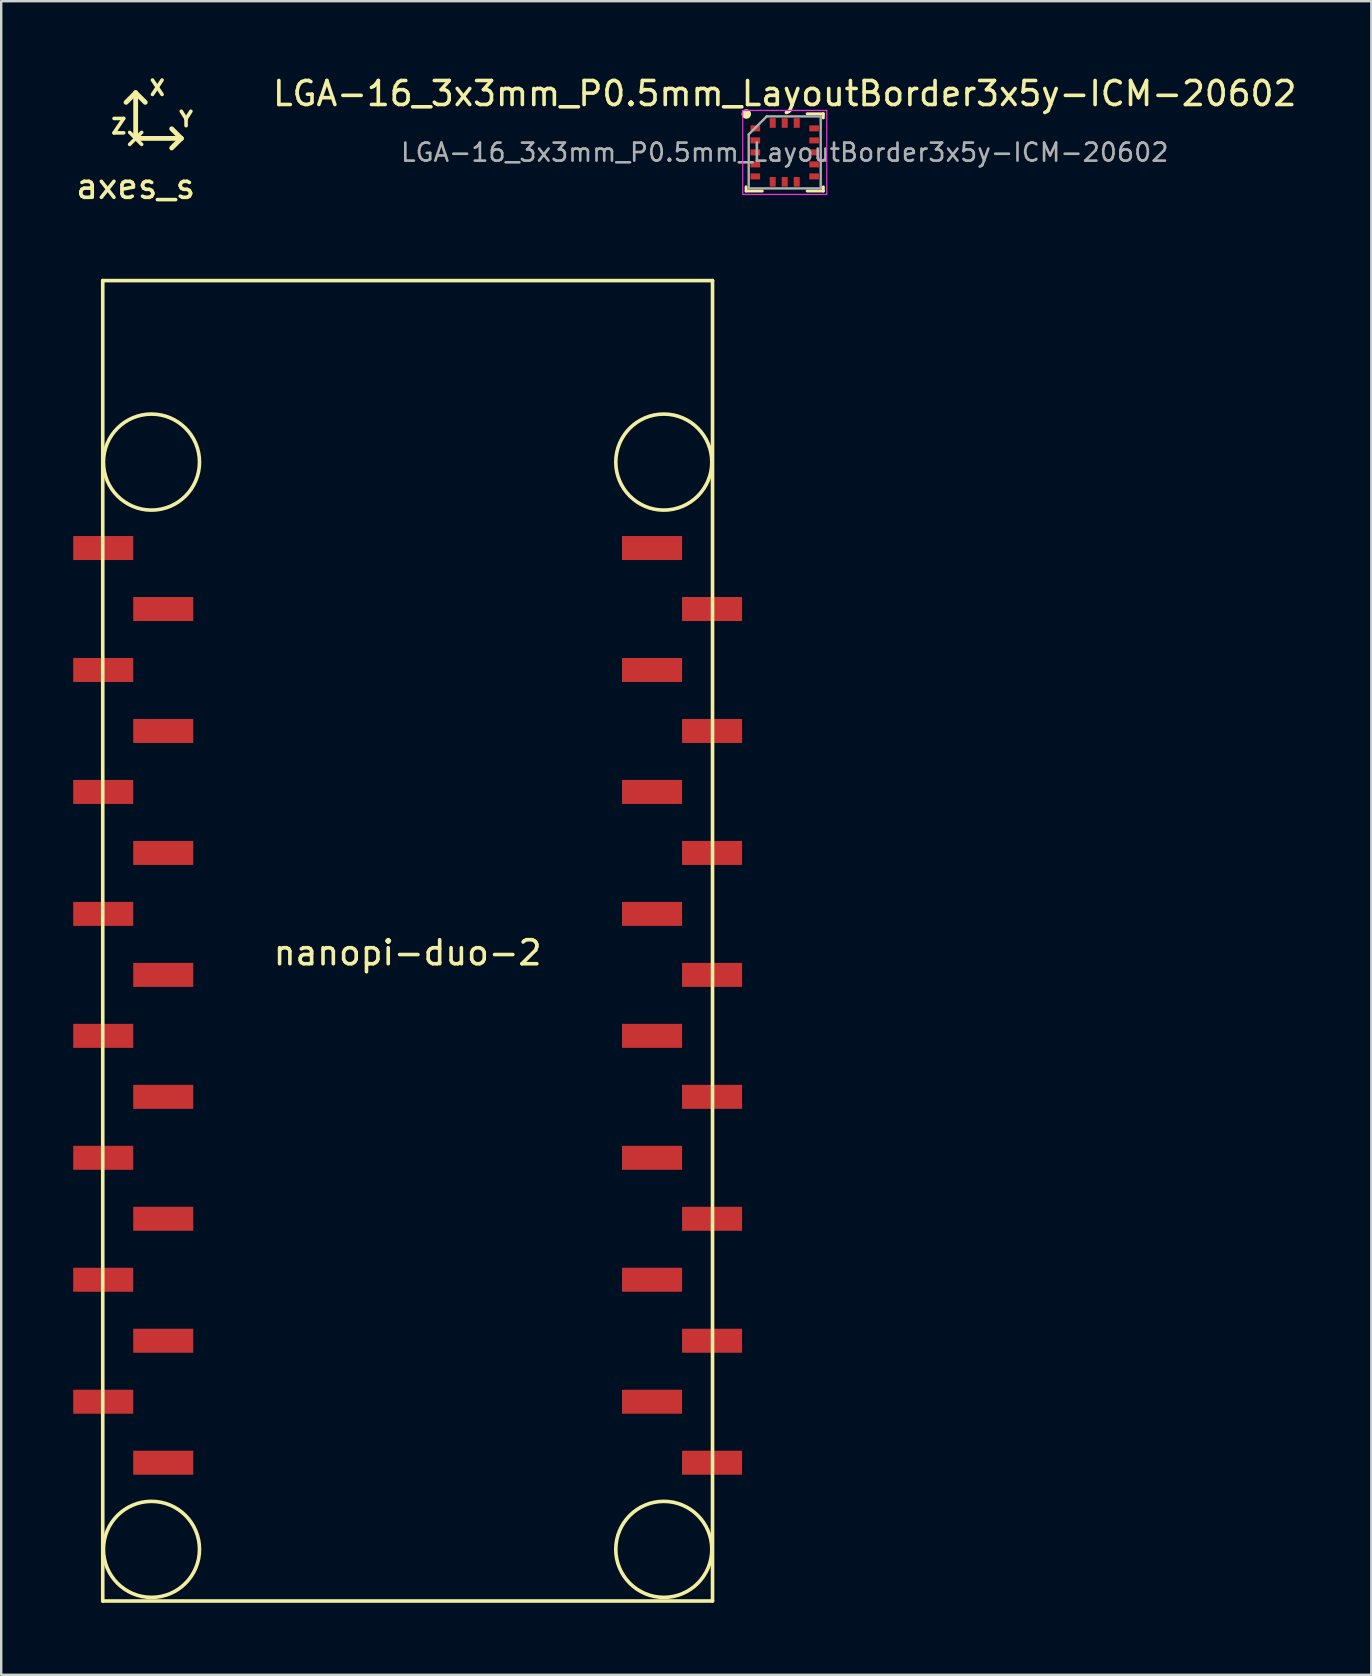
<source format=kicad_pcb>
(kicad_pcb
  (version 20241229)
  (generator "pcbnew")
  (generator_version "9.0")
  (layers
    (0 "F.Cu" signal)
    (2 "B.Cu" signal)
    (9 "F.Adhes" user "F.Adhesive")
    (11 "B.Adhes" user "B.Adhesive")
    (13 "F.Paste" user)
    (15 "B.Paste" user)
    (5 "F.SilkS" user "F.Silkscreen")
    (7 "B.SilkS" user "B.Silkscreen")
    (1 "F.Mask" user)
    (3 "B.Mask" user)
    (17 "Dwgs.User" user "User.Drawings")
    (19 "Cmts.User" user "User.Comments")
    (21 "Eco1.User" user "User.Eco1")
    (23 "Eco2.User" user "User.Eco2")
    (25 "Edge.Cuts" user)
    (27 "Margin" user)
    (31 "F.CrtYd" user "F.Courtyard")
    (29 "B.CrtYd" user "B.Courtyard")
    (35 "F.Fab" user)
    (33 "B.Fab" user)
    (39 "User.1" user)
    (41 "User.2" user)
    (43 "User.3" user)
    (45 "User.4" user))
  (footprint "axes_s"
    (layer "F.Cu")
    (at 2.601 2.714)
    (property "Reference" "axes_s" (at 0 2 0) (layer "F.SilkS") (effects (font (size 1 1) (thickness 0.15))))
    (attr through_hole)
    (fp_line (start -0.25 -0.25) (end 0.25 0.25) (stroke (width 0.15) (type solid)) (layer "F.SilkS"))
    (fp_line (start -0.25 0.25) (end 0.25 -0.25) (stroke (width 0.15) (type solid)) (layer "F.SilkS"))
    (fp_line (start 0 -1.9) (end -0.4 -1.5) (stroke (width 0.2) (type solid)) (layer "F.SilkS"))
    (fp_line (start 0 -1.9) (end 0.4 -1.5) (stroke (width 0.2) (type solid)) (layer "F.SilkS"))
    (fp_line (start 0 0) (end 0 -1.9) (stroke (width 0.2) (type solid)) (layer "F.SilkS"))
    (fp_line (start 0 0) (end 1.9 0) (stroke (width 0.2) (type solid)) (layer "F.SilkS"))
    (fp_line (start 1.5 0.4) (end 1.9 0) (stroke (width 0.2) (type solid)) (layer "F.SilkS"))
    (fp_line (start 1.9 0) (end 1.5 -0.4) (stroke (width 0.2) (type solid)) (layer "F.SilkS"))
    (fp_text user "Y" (at 2.1 -0.8 0) (layer "F.SilkS") (effects (font (size 0.6 0.6) (thickness 0.15))))
    (fp_text user "X" (at 0.9 -2.1 0) (layer "F.SilkS") (effects (font (size 0.6 0.6) (thickness 0.15))))
    (fp_text user "Z" (at -0.7 -0.5 0) (layer "F.SilkS") (effects (font (size 0.6 0.6) (thickness 0.15)))))
  (footprint "nanopi-duo-2"
    (layer "F.Cu")
    (at 13.93 36.138)
    (property "Reference" "nanopi-duo-2" (at 0 0.5 0) (layer "F.SilkS") (effects (font (size 1 1) (thickness 0.15))))
    (attr through_hole)
    (fp_line (start -12.7 -27.5) (end 12.7 -27.5) (stroke (width 0.15) (type solid)) (layer "F.SilkS"))
    (fp_line (start -12.7 27.5) (end -12.7 -27.5) (stroke (width 0.15) (type solid)) (layer "F.SilkS"))
    (fp_line (start 12.7 -27.5) (end 12.7 27.5) (stroke (width 0.15) (type solid)) (layer "F.SilkS"))
    (fp_line (start 12.7 27.5) (end -12.7 27.5) (stroke (width 0.15) (type solid)) (layer "F.SilkS"))
    (fp_circle (center -10.67 -19.94) (end -8.67 -19.94) (stroke (width 0.15) (type solid)) (fill no) (layer "F.SilkS"))
    (fp_circle (center -10.67 25.35) (end -8.67 25.35) (stroke (width 0.15) (type solid)) (fill no) (layer "F.SilkS"))
    (fp_circle (center 10.67 -19.94) (end 12.67 -19.94) (stroke (width 0.15) (type solid)) (fill no) (layer "F.SilkS"))
    (fp_circle (center 10.67 25.35) (end 12.67 25.35) (stroke (width 0.15) (type solid)) (fill no) (layer "F.SilkS"))
    (pad "1" smd rect (at -11.43 -16.36 180) (size 2.5 1) (drill (offset 1.25 0)) (layers "F.Cu" "F.Mask" "F.Paste"))
    (pad "2" smd rect (at 11.43 -16.36 180) (size 2.5 1) (drill (offset 1.25 0)) (layers "F.Cu" "F.Mask" "F.Paste"))
    (pad "3" smd rect (at -11.43 -13.82) (size 2.5 1) (drill (offset 1.25 0)) (layers "F.Cu" "F.Mask" "F.Paste"))
    (pad "4" smd rect (at 11.43 -13.82) (size 2.5 1) (drill (offset 1.25 0)) (layers "F.Cu" "F.Mask" "F.Paste"))
    (pad "5" smd rect (at -11.43 -11.28 180) (size 2.5 1) (drill (offset 1.25 0)) (layers "F.Cu" "F.Mask" "F.Paste"))
    (pad "6" smd rect (at 11.43 -11.28 180) (size 2.5 1) (drill (offset 1.25 0)) (layers "F.Cu" "F.Mask" "F.Paste"))
    (pad "7" smd rect (at -11.43 -8.74) (size 2.5 1) (drill (offset 1.25 0)) (layers "F.Cu" "F.Mask" "F.Paste"))
    (pad "8" smd rect (at 11.43 -8.74) (size 2.5 1) (drill (offset 1.25 0)) (layers "F.Cu" "F.Mask" "F.Paste"))
    (pad "9" smd rect (at -11.43 -6.2 180) (size 2.5 1) (drill (offset 1.25 0)) (layers "F.Cu" "F.Mask" "F.Paste"))
    (pad "10" smd rect (at 11.43 -6.2 180) (size 2.5 1) (drill (offset 1.25 0)) (layers "F.Cu" "F.Mask" "F.Paste"))
    (pad "11" smd rect (at -11.43 -3.66) (size 2.5 1) (drill (offset 1.25 0)) (layers "F.Cu" "F.Mask" "F.Paste"))
    (pad "12" smd rect (at 11.43 -3.66) (size 2.5 1) (drill (offset 1.25 0)) (layers "F.Cu" "F.Mask" "F.Paste"))
    (pad "13" smd rect (at -11.43 -1.12 180) (size 2.5 1) (drill (offset 1.25 0)) (layers "F.Cu" "F.Mask" "F.Paste"))
    (pad "14" smd rect (at 11.43 -1.12 180) (size 2.5 1) (drill (offset 1.25 0)) (layers "F.Cu" "F.Mask" "F.Paste"))
    (pad "15" smd rect (at -11.43 1.42) (size 2.5 1) (drill (offset 1.25 0)) (layers "F.Cu" "F.Mask" "F.Paste"))
    (pad "16" smd rect (at 11.43 1.42) (size 2.5 1) (drill (offset 1.25 0)) (layers "F.Cu" "F.Mask" "F.Paste"))
    (pad "17" smd rect (at -11.43 3.96 180) (size 2.5 1) (drill (offset 1.25 0)) (layers "F.Cu" "F.Mask" "F.Paste"))
    (pad "18" smd rect (at 11.43 3.96 180) (size 2.5 1) (drill (offset 1.25 0)) (layers "F.Cu" "F.Mask" "F.Paste"))
    (pad "19" smd rect (at -11.43 6.5) (size 2.5 1) (drill (offset 1.25 0)) (layers "F.Cu" "F.Mask" "F.Paste"))
    (pad "20" smd rect (at 11.43 6.5) (size 2.5 1) (drill (offset 1.25 0)) (layers "F.Cu" "F.Mask" "F.Paste"))
    (pad "21" smd rect (at -11.43 9.04 180) (size 2.5 1) (drill (offset 1.25 0)) (layers "F.Cu" "F.Mask" "F.Paste"))
    (pad "22" smd rect (at 11.43 9.04 180) (size 2.5 1) (drill (offset 1.25 0)) (layers "F.Cu" "F.Mask" "F.Paste"))
    (pad "23" smd rect (at -11.43 11.58) (size 2.5 1) (drill (offset 1.25 0)) (layers "F.Cu" "F.Mask" "F.Paste"))
    (pad "24" smd rect (at 11.43 11.58) (size 2.5 1) (drill (offset 1.25 0)) (layers "F.Cu" "F.Mask" "F.Paste"))
    (pad "25" smd rect (at -11.43 14.12 180) (size 2.5 1) (drill (offset 1.25 0)) (layers "F.Cu" "F.Mask" "F.Paste"))
    (pad "26" smd rect (at 11.43 14.12 180) (size 2.5 1) (drill (offset 1.25 0)) (layers "F.Cu" "F.Mask" "F.Paste"))
    (pad "27" smd rect (at -11.43 16.66) (size 2.5 1) (drill (offset 1.25 0)) (layers "F.Cu" "F.Mask" "F.Paste"))
    (pad "28" smd rect (at 11.43 16.66) (size 2.5 1) (drill (offset 1.25 0)) (layers "F.Cu" "F.Mask" "F.Paste"))
    (pad "29" smd rect (at -11.43 19.2 180) (size 2.5 1) (drill (offset 1.25 0)) (layers "F.Cu" "F.Mask" "F.Paste"))
    (pad "30" smd rect (at 11.43 19.2 180) (size 2.5 1) (drill (offset 1.25 0)) (layers "F.Cu" "F.Mask" "F.Paste"))
    (pad "31" smd rect (at -11.43 21.74) (size 2.5 1) (drill (offset 1.25 0)) (layers "F.Cu" "F.Mask" "F.Paste"))
    (pad "32" smd rect (at 11.43 21.74) (size 2.5 1) (drill (offset 1.25 0)) (layers "F.Cu" "F.Mask" "F.Paste")))
  (footprint "LGA-16_3x3mm_P0.5mm_LayoutBorder3x5y-ICM-20602"
    (layer "F.Cu")
    (at 29.637 3.298)
    (property "Reference" "LGA-16_3x3mm_P0.5mm_LayoutBorder3x5y-ICM-20602" (at 0 -2.45 0) (layer "F.SilkS") (effects (font (size 1 1) (thickness 0.15))))
    (attr smd)
    (fp_line (start -1.61 1.61) (end -1.61 1.435) (stroke (width 0.12) (type solid)) (layer "F.SilkS"))
    (fp_line (start -0.935 1.61) (end -1.61 1.61) (stroke (width 0.12) (type solid)) (layer "F.SilkS"))
    (fp_line (start 0.935 -1.61) (end 1.61 -1.61) (stroke (width 0.12) (type solid)) (layer "F.SilkS"))
    (fp_line (start 0.935 1.61) (end 1.61 1.61) (stroke (width 0.12) (type solid)) (layer "F.SilkS"))
    (fp_line (start 1.61 -1.61) (end 1.61 -1.435) (stroke (width 0.12) (type solid)) (layer "F.SilkS"))
    (fp_line (start 1.61 1.61) (end 1.61 1.435) (stroke (width 0.12) (type solid)) (layer "F.SilkS"))
    (fp_circle (center -1.6 -1.6) (end -1.6 -1.6) (stroke (width 0.2) (type solid)) (fill no) (layer "F.SilkS"))
    (fp_line (start -1.75 -1.75) (end -1.75 1.75) (stroke (width 0.05) (type solid)) (layer "F.CrtYd"))
    (fp_line (start -1.75 1.75) (end 1.75 1.75) (stroke (width 0.05) (type solid)) (layer "F.CrtYd"))
    (fp_line (start 1.75 -1.75) (end -1.75 -1.75) (stroke (width 0.05) (type solid)) (layer "F.CrtYd"))
    (fp_line (start 1.75 1.75) (end 1.75 -1.75) (stroke (width 0.05) (type solid)) (layer "F.CrtYd"))
    (fp_line (start -1.5 -0.75) (end -0.75 -1.5) (stroke (width 0.1) (type solid)) (layer "F.Fab"))
    (fp_line (start -1.5 1.5) (end -1.5 -0.75) (stroke (width 0.1) (type solid)) (layer "F.Fab"))
    (fp_line (start -0.75 -1.5) (end 1.5 -1.5) (stroke (width 0.1) (type solid)) (layer "F.Fab"))
    (fp_line (start 1.5 -1.5) (end 1.5 1.5) (stroke (width 0.1) (type solid)) (layer "F.Fab"))
    (fp_line (start 1.5 1.5) (end -1.5 1.5) (stroke (width 0.1) (type solid)) (layer "F.Fab"))
    (fp_text user "${REFERENCE}" (at 0 0 0) (layer "F.Fab") (effects (font (size 0.75 0.75) (thickness 0.11))))
    (pad "1" smd rect (at -1.225 -1) (size 0.4 0.25) (layers "F.Cu" "F.Mask" "F.Paste"))
    (pad "2" smd rect (at -1.225 -0.5) (size 0.4 0.25) (layers "F.Cu" "F.Mask" "F.Paste"))
    (pad "3" smd rect (at -1.225 0) (size 0.4 0.25) (layers "F.Cu" "F.Mask" "F.Paste"))
    (pad "4" smd rect (at -1.225 0.5) (size 0.4 0.25) (layers "F.Cu" "F.Mask" "F.Paste"))
    (pad "5" smd rect (at -1.225 1) (size 0.4 0.25) (layers "F.Cu" "F.Mask" "F.Paste"))
    (pad "6" smd rect (at -0.5 1.225) (size 0.25 0.4) (layers "F.Cu" "F.Mask" "F.Paste"))
    (pad "7" smd rect (at 0 1.225) (size 0.25 0.4) (layers "F.Cu" "F.Mask" "F.Paste"))
    (pad "8" smd rect (at 0.5 1.225) (size 0.25 0.4) (layers "F.Cu" "F.Mask" "F.Paste"))
    (pad "9" smd rect (at 1.225 1) (size 0.4 0.25) (layers "F.Cu" "F.Mask" "F.Paste"))
    (pad "10" smd rect (at 1.225 0.5) (size 0.4 0.25) (layers "F.Cu" "F.Mask" "F.Paste"))
    (pad "11" smd rect (at 1.225 0) (size 0.4 0.25) (layers "F.Cu" "F.Mask" "F.Paste"))
    (pad "12" smd rect (at 1.225 -0.5) (size 0.4 0.25) (layers "F.Cu" "F.Mask" "F.Paste"))
    (pad "13" smd rect (at 1.225 -1) (size 0.4 0.25) (layers "F.Cu" "F.Mask" "F.Paste"))
    (pad "14" smd rect (at 0.5 -1.225) (size 0.25 0.4) (layers "F.Cu" "F.Mask" "F.Paste"))
    (pad "15" smd rect (at 0 -1.225) (size 0.25 0.4) (layers "F.Cu" "F.Mask" "F.Paste"))
    (pad "16" smd rect (at -0.5 -1.225) (size 0.25 0.4) (layers "F.Cu" "F.Mask" "F.Paste")))
  (gr_rect
    (start -3 -3)
    (end 54.071 66.713)
    (stroke (width 0.1) (type default))
    (fill no)
    (layer "Edge.Cuts")))
</source>
